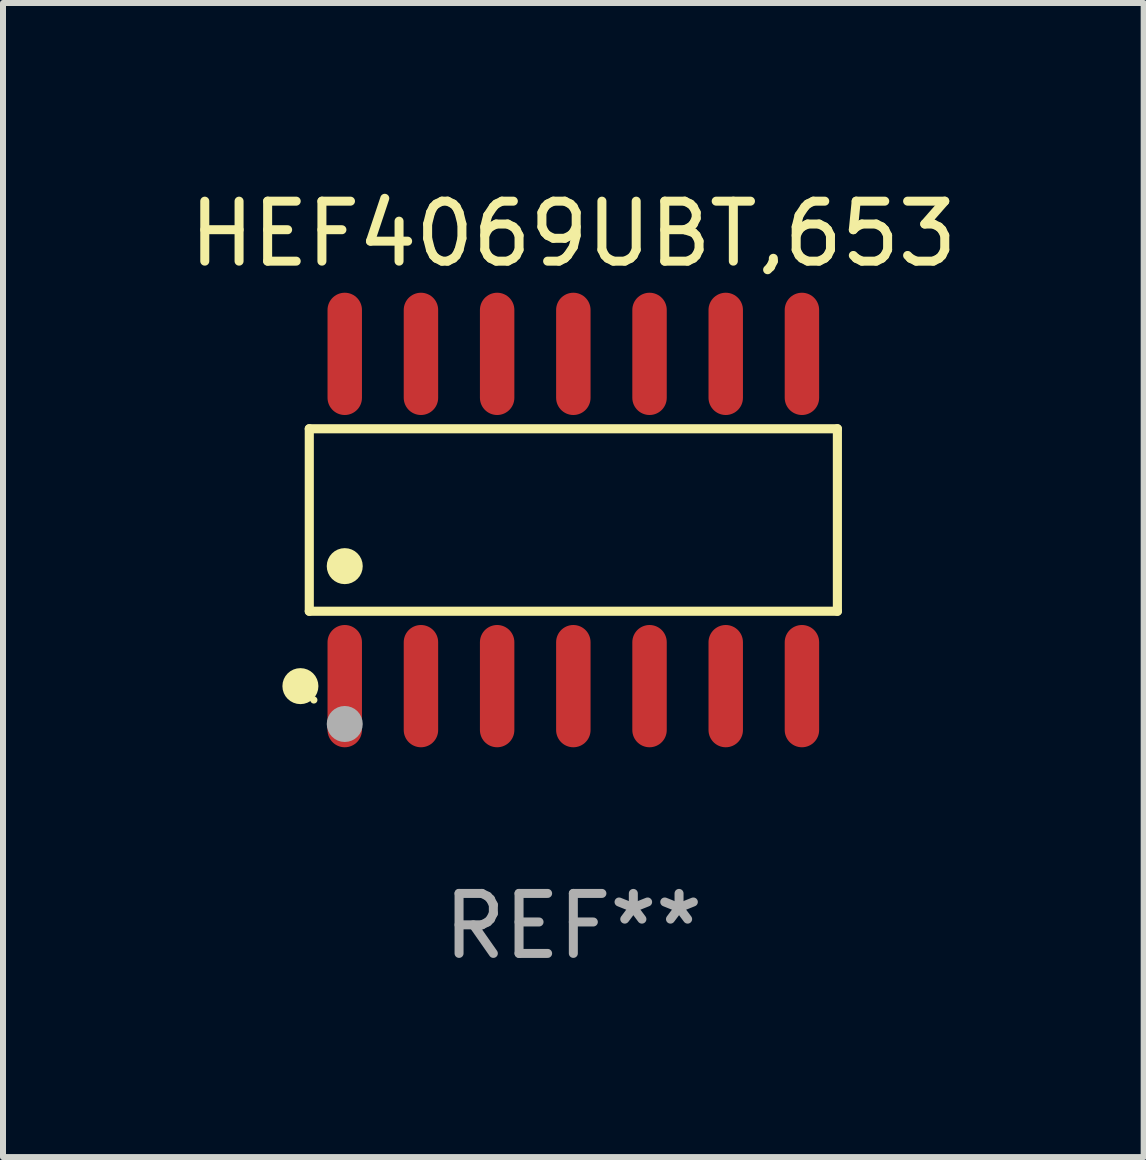
<source format=kicad_pcb>
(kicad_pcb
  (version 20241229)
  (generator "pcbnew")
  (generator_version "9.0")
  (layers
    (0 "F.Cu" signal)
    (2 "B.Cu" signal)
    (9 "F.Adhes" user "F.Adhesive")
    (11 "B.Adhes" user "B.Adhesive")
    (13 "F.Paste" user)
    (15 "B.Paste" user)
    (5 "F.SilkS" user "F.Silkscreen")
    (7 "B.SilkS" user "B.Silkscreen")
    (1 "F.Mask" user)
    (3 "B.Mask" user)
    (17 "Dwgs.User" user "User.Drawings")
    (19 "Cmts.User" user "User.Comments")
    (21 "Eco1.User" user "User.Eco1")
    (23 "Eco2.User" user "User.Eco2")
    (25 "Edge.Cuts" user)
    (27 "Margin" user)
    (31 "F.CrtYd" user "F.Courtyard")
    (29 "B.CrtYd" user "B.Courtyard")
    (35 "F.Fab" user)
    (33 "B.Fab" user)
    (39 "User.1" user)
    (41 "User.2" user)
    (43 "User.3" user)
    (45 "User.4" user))
  (footprint "HEF4069UBT,653"
    (layer "F.Cu")
    (at 6.506 5.617)
    (property "Reference" "HEF4069UBT,653" (at 0 -4.769 0) (layer "F.SilkS") (effects (font (size 1 1) (thickness 0.15))))
    (attr through_hole)
    (fp_line (start -4.401 -1.521) (end 4.401 -1.521) (stroke (width 0.152) (type solid)) (layer "F.SilkS"))
    (fp_line (start -4.401 1.521) (end -4.401 -1.521) (stroke (width 0.152) (type solid)) (layer "F.SilkS"))
    (fp_line (start 4.401 -1.521) (end 4.401 1.521) (stroke (width 0.152) (type solid)) (layer "F.SilkS"))
    (fp_line (start 4.401 1.521) (end -4.401 1.521) (stroke (width 0.152) (type solid)) (layer "F.SilkS"))
    (fp_circle (center -4.549 2.769) (end -4.399 2.769) (stroke (width 0.3) (type solid)) (fill no) (layer "F.SilkS"))
    (fp_circle (center -4.325 3) (end -4.295 3) (stroke (width 0.06) (type solid)) (fill no) (layer "F.SilkS"))
    (fp_circle (center -3.81 0.769) (end -3.66 0.769) (stroke (width 0.3) (type solid)) (fill no) (layer "F.SilkS"))
    (fp_circle (center -3.81 3.4) (end -3.66 3.4) (stroke (width 0.3) (type solid)) (fill no) (layer "F.Fab"))
    (fp_text user "REF**" (at 0 6.769 0) (layer "F.Fab") (effects (font (size 1 1) (thickness 0.15))))
    (pad "1" smd oval (at -3.81 2.769) (size 0.574 2.038) (layers "F.Cu" "F.Mask" "F.Paste"))
    (pad "2" smd oval (at -2.54 2.769) (size 0.574 2.038) (layers "F.Cu" "F.Mask" "F.Paste"))
    (pad "3" smd oval (at -1.27 2.769) (size 0.574 2.038) (layers "F.Cu" "F.Mask" "F.Paste"))
    (pad "4" smd oval (at 0 2.769) (size 0.574 2.038) (layers "F.Cu" "F.Mask" "F.Paste"))
    (pad "5" smd oval (at 1.27 2.769) (size 0.574 2.038) (layers "F.Cu" "F.Mask" "F.Paste"))
    (pad "6" smd oval (at 2.54 2.769) (size 0.574 2.038) (layers "F.Cu" "F.Mask" "F.Paste"))
    (pad "7" smd oval (at 3.81 2.769) (size 0.574 2.038) (layers "F.Cu" "F.Mask" "F.Paste"))
    (pad "8" smd oval (at 3.81 -2.769) (size 0.574 2.038) (layers "F.Cu" "F.Mask" "F.Paste"))
    (pad "9" smd oval (at 2.54 -2.769) (size 0.574 2.038) (layers "F.Cu" "F.Mask" "F.Paste"))
    (pad "10" smd oval (at 1.27 -2.769) (size 0.574 2.038) (layers "F.Cu" "F.Mask" "F.Paste"))
    (pad "11" smd oval (at 0 -2.769) (size 0.574 2.038) (layers "F.Cu" "F.Mask" "F.Paste"))
    (pad "12" smd oval (at -1.27 -2.769) (size 0.574 2.038) (layers "F.Cu" "F.Mask" "F.Paste"))
    (pad "13" smd oval (at -2.54 -2.769) (size 0.574 2.038) (layers "F.Cu" "F.Mask" "F.Paste"))
    (pad "14" smd oval (at -3.81 -2.769) (size 0.574 2.038) (layers "F.Cu" "F.Mask" "F.Paste")))
  (gr_rect
    (start -3 -3)
    (end 16.012 16.235)
    (stroke (width 0.1) (type default))
    (fill no)
    (layer "Edge.Cuts")))
</source>
